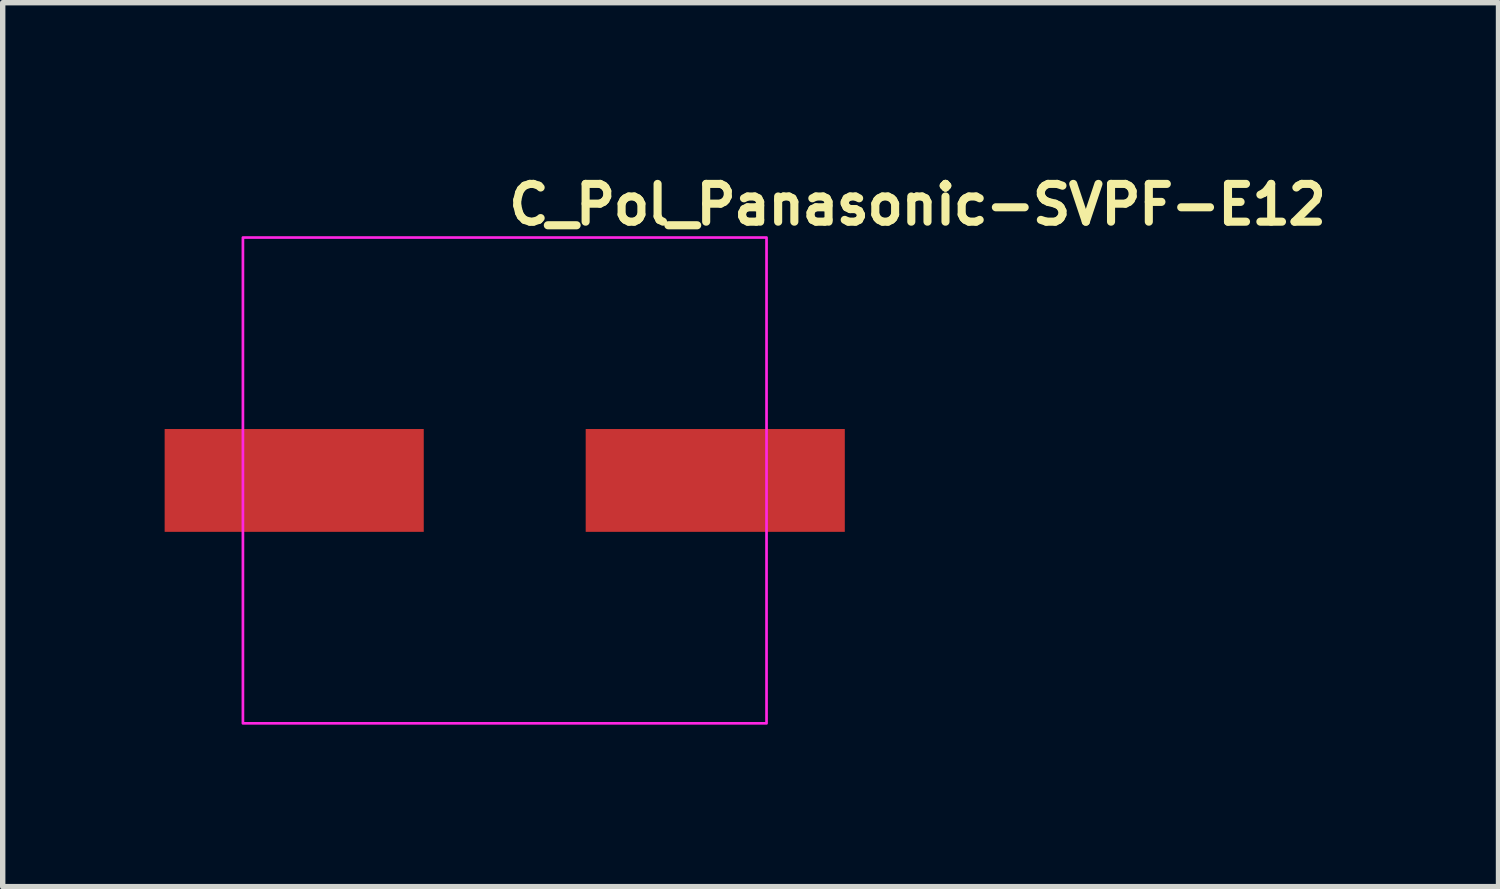
<source format=kicad_pcb>
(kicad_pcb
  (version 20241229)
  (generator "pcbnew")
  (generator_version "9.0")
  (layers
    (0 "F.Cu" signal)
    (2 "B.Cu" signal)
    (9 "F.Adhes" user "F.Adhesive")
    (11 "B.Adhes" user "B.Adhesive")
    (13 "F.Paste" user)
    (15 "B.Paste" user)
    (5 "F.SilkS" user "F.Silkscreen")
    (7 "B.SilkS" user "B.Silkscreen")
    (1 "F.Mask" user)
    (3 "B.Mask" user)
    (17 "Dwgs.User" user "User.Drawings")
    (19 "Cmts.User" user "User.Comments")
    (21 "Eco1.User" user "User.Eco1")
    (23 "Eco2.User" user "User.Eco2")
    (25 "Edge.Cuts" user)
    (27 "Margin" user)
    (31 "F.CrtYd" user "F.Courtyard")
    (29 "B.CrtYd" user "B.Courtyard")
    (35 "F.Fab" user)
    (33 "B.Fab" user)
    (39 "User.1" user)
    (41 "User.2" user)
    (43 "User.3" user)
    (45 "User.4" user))
  (footprint "C_Pol_Panasonic-SVPF-E12"
    (layer "F.Cu")
    (at 6.3 5.85)
    (property "Reference" "C_Pol_Panasonic-SVPF-E12" (at 0 -4.7 0) (unlocked yes) (layer "F.SilkS") (effects (font (size 0.7 0.7) (thickness 0.15)) (justify left bottom)))
    (attr smd)
    (fp_rect (start -4.85 -4.5) (end 4.85 4.5) (stroke (width 0.05) (type solid)) (fill no) (layer "F.CrtYd"))
    (fp_rect (start -4.597 -4.254) (end 4.597 4.254) (stroke (width 0.1) (type solid)) (fill no) (layer "User.5"))
    (fp_line (start -4.597 0.546) (end -4.597 -0.546) (stroke (width 0.02) (type solid)) (layer "User.9"))
    (fp_line (start -4.597 0.546) (end -4.254 0.546) (stroke (width 0.02) (type solid)) (layer "User.9"))
    (fp_line (start -4.254 -2.901) (end -4.254 -1.547) (stroke (width 0.02) (type solid)) (layer "User.9"))
    (fp_line (start -4.254 -1.547) (end -4.254 1.547) (stroke (width 0.02) (type solid)) (layer "User.9"))
    (fp_line (start -4.254 -1.547) (end -3.734 -1.547) (stroke (width 0.02) (type solid)) (layer "User.9"))
    (fp_line (start -4.254 -0.546) (end -4.597 -0.546) (stroke (width 0.02) (type solid)) (layer "User.9"))
    (fp_line (start -4.254 1.547) (end -4.254 2.901) (stroke (width 0.02) (type solid)) (layer "User.9"))
    (fp_line (start -4.254 2.901) (end -2.901 4.254) (stroke (width 0.02) (type solid)) (layer "User.9"))
    (fp_line (start -4.039 0) (end -4.039 0) (stroke (width 0.02) (type solid)) (layer "User.9"))
    (fp_line (start -4.039 0) (end -4.034 0.208) (stroke (width 0.02) (type solid)) (layer "User.9"))
    (fp_line (start -4.034 -0.208) (end -4.039 0) (stroke (width 0.02) (type solid)) (layer "User.9"))
    (fp_line (start -4.034 0.208) (end -4.018 0.413) (stroke (width 0.02) (type solid)) (layer "User.9"))
    (fp_line (start -4.018 -0.413) (end -4.034 -0.208) (stroke (width 0.02) (type solid)) (layer "User.9"))
    (fp_line (start -4.018 0.413) (end -3.993 0.615) (stroke (width 0.02) (type solid)) (layer "User.9"))
    (fp_line (start -3.993 -0.615) (end -4.018 -0.413) (stroke (width 0.02) (type solid)) (layer "User.9"))
    (fp_line (start -3.993 0.615) (end -3.957 0.814) (stroke (width 0.02) (type solid)) (layer "User.9"))
    (fp_line (start -3.957 -0.814) (end -3.993 -0.615) (stroke (width 0.02) (type solid)) (layer "User.9"))
    (fp_line (start -3.957 0.814) (end -3.912 1.009) (stroke (width 0.02) (type solid)) (layer "User.9"))
    (fp_line (start -3.912 -1.01) (end -3.957 -0.814) (stroke (width 0.02) (type solid)) (layer "User.9"))
    (fp_line (start -3.912 1.009) (end -3.858 1.201) (stroke (width 0.02) (type solid)) (layer "User.9"))
    (fp_line (start -3.858 -1.201) (end -3.912 -1.01) (stroke (width 0.02) (type solid)) (layer "User.9"))
    (fp_line (start -3.858 1.201) (end -3.794 1.389) (stroke (width 0.02) (type solid)) (layer "User.9"))
    (fp_line (start -3.794 -1.389) (end -3.858 -1.201) (stroke (width 0.02) (type solid)) (layer "User.9"))
    (fp_line (start -3.794 1.389) (end -3.722 1.572) (stroke (width 0.02) (type solid)) (layer "User.9"))
    (fp_line (start -3.734 1.547) (end -4.254 1.547) (stroke (width 0.02) (type solid)) (layer "User.9"))
    (fp_line (start -3.734 1.547) (end -3.653 1.73) (stroke (width 0.02) (type solid)) (layer "User.9"))
    (fp_line (start -3.722 -1.572) (end -3.794 -1.389) (stroke (width 0.02) (type solid)) (layer "User.9"))
    (fp_line (start -3.722 1.572) (end -3.641 1.751) (stroke (width 0.02) (type solid)) (layer "User.9"))
    (fp_line (start -3.653 -1.73) (end -3.734 -1.547) (stroke (width 0.02) (type solid)) (layer "User.9"))
    (fp_line (start -3.653 1.73) (end -3.563 1.908) (stroke (width 0.02) (type solid)) (layer "User.9"))
    (fp_line (start -3.641 -1.751) (end -3.722 -1.572) (stroke (width 0.02) (type solid)) (layer "User.9"))
    (fp_line (start -3.641 1.751) (end -3.552 1.925) (stroke (width 0.02) (type solid)) (layer "User.9"))
    (fp_line (start -3.563 -1.909) (end -3.653 -1.73) (stroke (width 0.02) (type solid)) (layer "User.9"))
    (fp_line (start -3.563 1.908) (end -3.465 2.081) (stroke (width 0.02) (type solid)) (layer "User.9"))
    (fp_line (start -3.552 -1.925) (end -3.641 -1.751) (stroke (width 0.02) (type solid)) (layer "User.9"))
    (fp_line (start -3.552 1.925) (end -3.454 2.094) (stroke (width 0.02) (type solid)) (layer "User.9"))
    (fp_line (start -3.465 -2.081) (end -3.563 -1.909) (stroke (width 0.02) (type solid)) (layer "User.9"))
    (fp_line (start -3.465 2.081) (end -3.358 2.249) (stroke (width 0.02) (type solid)) (layer "User.9"))
    (fp_line (start -3.454 -2.095) (end -3.552 -1.925) (stroke (width 0.02) (type solid)) (layer "User.9"))
    (fp_line (start -3.454 2.094) (end -3.349 2.258) (stroke (width 0.02) (type solid)) (layer "User.9"))
    (fp_line (start -3.358 -2.249) (end -3.465 -2.081) (stroke (width 0.02) (type solid)) (layer "User.9"))
    (fp_line (start -3.358 2.249) (end -3.244 2.41) (stroke (width 0.02) (type solid)) (layer "User.9"))
    (fp_line (start -3.349 -2.258) (end -3.454 -2.095) (stroke (width 0.02) (type solid)) (layer "User.9"))
    (fp_line (start -3.349 2.258) (end -3.237 2.417) (stroke (width 0.02) (type solid)) (layer "User.9"))
    (fp_line (start -3.244 -2.41) (end -3.358 -2.249) (stroke (width 0.02) (type solid)) (layer "User.9"))
    (fp_line (start -3.244 2.41) (end -3.123 2.566) (stroke (width 0.02) (type solid)) (layer "User.9"))
    (fp_line (start -3.237 -2.417) (end -3.349 -2.258) (stroke (width 0.02) (type solid)) (layer "User.9"))
    (fp_line (start -3.237 2.417) (end -3.117 2.569) (stroke (width 0.02) (type solid)) (layer "User.9"))
    (fp_line (start -3.123 -2.566) (end -3.244 -2.41) (stroke (width 0.02) (type solid)) (layer "User.9"))
    (fp_line (start -3.123 2.566) (end -2.994 2.715) (stroke (width 0.02) (type solid)) (layer "User.9"))
    (fp_line (start -3.117 -2.569) (end -3.237 -2.417) (stroke (width 0.02) (type solid)) (layer "User.9"))
    (fp_line (start -3.117 2.569) (end -2.99 2.716) (stroke (width 0.02) (type solid)) (layer "User.9"))
    (fp_line (start -2.994 -2.715) (end -3.123 -2.566) (stroke (width 0.02) (type solid)) (layer "User.9"))
    (fp_line (start -2.994 2.715) (end -2.858 2.858) (stroke (width 0.02) (type solid)) (layer "User.9"))
    (fp_line (start -2.99 -2.716) (end -3.117 -2.569) (stroke (width 0.02) (type solid)) (layer "User.9"))
    (fp_line (start -2.99 2.716) (end -2.856 2.856) (stroke (width 0.02) (type solid)) (layer "User.9"))
    (fp_line (start -2.901 -4.254) (end -4.254 -2.901) (stroke (width 0.02) (type solid)) (layer "User.9"))
    (fp_line (start -2.901 4.254) (end -1.547 4.254) (stroke (width 0.02) (type solid)) (layer "User.9"))
    (fp_line (start -2.858 -2.858) (end -2.994 -2.715) (stroke (width 0.02) (type solid)) (layer "User.9"))
    (fp_line (start -2.858 2.858) (end -2.715 2.994) (stroke (width 0.02) (type solid)) (layer "User.9"))
    (fp_line (start -2.856 -2.856) (end -2.99 -2.716) (stroke (width 0.02) (type solid)) (layer "User.9"))
    (fp_line (start -2.856 2.856) (end -2.716 2.99) (stroke (width 0.02) (type solid)) (layer "User.9"))
    (fp_line (start -2.716 -2.99) (end -2.856 -2.856) (stroke (width 0.02) (type solid)) (layer "User.9"))
    (fp_line (start -2.716 2.99) (end -2.569 3.117) (stroke (width 0.02) (type solid)) (layer "User.9"))
    (fp_line (start -2.715 -2.994) (end -2.858 -2.858) (stroke (width 0.02) (type solid)) (layer "User.9"))
    (fp_line (start -2.715 2.994) (end -2.566 3.123) (stroke (width 0.02) (type solid)) (layer "User.9"))
    (fp_line (start -2.569 -3.117) (end -2.716 -2.99) (stroke (width 0.02) (type solid)) (layer "User.9"))
    (fp_line (start -2.569 3.117) (end -2.417 3.237) (stroke (width 0.02) (type solid)) (layer "User.9"))
    (fp_line (start -2.566 -3.123) (end -2.715 -2.994) (stroke (width 0.02) (type solid)) (layer "User.9"))
    (fp_line (start -2.566 3.123) (end -2.41 3.244) (stroke (width 0.02) (type solid)) (layer "User.9"))
    (fp_line (start -2.417 -3.237) (end -2.569 -3.117) (stroke (width 0.02) (type solid)) (layer "User.9"))
    (fp_line (start -2.417 3.237) (end -2.258 3.349) (stroke (width 0.02) (type solid)) (layer "User.9"))
    (fp_line (start -2.41 -3.245) (end -2.566 -3.123) (stroke (width 0.02) (type solid)) (layer "User.9"))
    (fp_line (start -2.41 3.244) (end -2.249 3.358) (stroke (width 0.02) (type solid)) (layer "User.9"))
    (fp_line (start -2.258 -3.349) (end -2.417 -3.237) (stroke (width 0.02) (type solid)) (layer "User.9"))
    (fp_line (start -2.258 3.349) (end -2.094 3.454) (stroke (width 0.02) (type solid)) (layer "User.9"))
    (fp_line (start -2.249 -3.359) (end -2.41 -3.245) (stroke (width 0.02) (type solid)) (layer "User.9"))
    (fp_line (start -2.249 3.358) (end -2.081 3.465) (stroke (width 0.02) (type solid)) (layer "User.9"))
    (fp_line (start -2.094 -3.455) (end -2.258 -3.349) (stroke (width 0.02) (type solid)) (layer "User.9"))
    (fp_line (start -2.094 3.454) (end -1.925 3.552) (stroke (width 0.02) (type solid)) (layer "User.9"))
    (fp_line (start -2.081 -3.465) (end -2.249 -3.359) (stroke (width 0.02) (type solid)) (layer "User.9"))
    (fp_line (start -2.081 3.465) (end -1.908 3.563) (stroke (width 0.02) (type solid)) (layer "User.9"))
    (fp_line (start -1.925 -3.552) (end -2.094 -3.455) (stroke (width 0.02) (type solid)) (layer "User.9"))
    (fp_line (start -1.925 3.552) (end -1.751 3.641) (stroke (width 0.02) (type solid)) (layer "User.9"))
    (fp_line (start -1.908 -3.563) (end -2.081 -3.465) (stroke (width 0.02) (type solid)) (layer "User.9"))
    (fp_line (start -1.908 3.563) (end -1.73 3.653) (stroke (width 0.02) (type solid)) (layer "User.9"))
    (fp_line (start -1.751 -3.641) (end -1.925 -3.552) (stroke (width 0.02) (type solid)) (layer "User.9"))
    (fp_line (start -1.751 3.641) (end -1.572 3.722) (stroke (width 0.02) (type solid)) (layer "User.9"))
    (fp_line (start -1.73 -3.653) (end -1.908 -3.563) (stroke (width 0.02) (type solid)) (layer "User.9"))
    (fp_line (start -1.73 3.653) (end -1.547 3.734) (stroke (width 0.02) (type solid)) (layer "User.9"))
    (fp_line (start -1.572 -3.722) (end -1.751 -3.641) (stroke (width 0.02) (type solid)) (layer "User.9"))
    (fp_line (start -1.572 3.722) (end -1.389 3.794) (stroke (width 0.02) (type solid)) (layer "User.9"))
    (fp_line (start -1.547 -4.254) (end -2.901 -4.254) (stroke (width 0.02) (type solid)) (layer "User.9"))
    (fp_line (start -1.547 -3.734) (end -1.73 -3.653) (stroke (width 0.02) (type solid)) (layer "User.9"))
    (fp_line (start -1.547 -3.734) (end -1.547 -4.254) (stroke (width 0.02) (type solid)) (layer "User.9"))
    (fp_line (start -1.547 4.254) (end -1.547 3.734) (stroke (width 0.02) (type solid)) (layer "User.9"))
    (fp_line (start -1.547 4.254) (end 1.547 4.254) (stroke (width 0.02) (type solid)) (layer "User.9"))
    (fp_line (start -1.389 -3.794) (end -1.572 -3.722) (stroke (width 0.02) (type solid)) (layer "User.9"))
    (fp_line (start -1.389 3.794) (end -1.201 3.858) (stroke (width 0.02) (type solid)) (layer "User.9"))
    (fp_line (start -1.201 -3.858) (end -1.389 -3.794) (stroke (width 0.02) (type solid)) (layer "User.9"))
    (fp_line (start -1.201 3.858) (end -1.009 3.912) (stroke (width 0.02) (type solid)) (layer "User.9"))
    (fp_line (start -1.009 -3.912) (end -1.201 -3.858) (stroke (width 0.02) (type solid)) (layer "User.9"))
    (fp_line (start -1.009 3.912) (end -0.814 3.957) (stroke (width 0.02) (type solid)) (layer "User.9"))
    (fp_line (start -0.814 -3.957) (end -1.009 -3.912) (stroke (width 0.02) (type solid)) (layer "User.9"))
    (fp_line (start -0.814 3.957) (end -0.615 3.993) (stroke (width 0.02) (type solid)) (layer "User.9"))
    (fp_line (start -0.615 -3.993) (end -0.814 -3.957) (stroke (width 0.02) (type solid)) (layer "User.9"))
    (fp_line (start -0.615 3.993) (end -0.413 4.018) (stroke (width 0.02) (type solid)) (layer "User.9"))
    (fp_line (start -0.413 -4.018) (end -0.615 -3.993) (stroke (width 0.02) (type solid)) (layer "User.9"))
    (fp_line (start -0.413 4.018) (end -0.208 4.034) (stroke (width 0.02) (type solid)) (layer "User.9"))
    (fp_line (start -0.208 -4.034) (end -0.413 -4.018) (stroke (width 0.02) (type solid)) (layer "User.9"))
    (fp_line (start -0.208 4.034) (end 0 4.039) (stroke (width 0.02) (type solid)) (layer "User.9"))
    (fp_line (start 0 -4.039) (end -0.208 -4.034) (stroke (width 0.02) (type solid)) (layer "User.9"))
    (fp_line (start 0 -4.039) (end 0 -4.039) (stroke (width 0.02) (type solid)) (layer "User.9"))
    (fp_line (start 0 4.039) (end 0 4.039) (stroke (width 0.02) (type solid)) (layer "User.9"))
    (fp_line (start 0 4.039) (end 0.208 4.034) (stroke (width 0.02) (type solid)) (layer "User.9"))
    (fp_line (start 0.208 -4.034) (end 0 -4.039) (stroke (width 0.02) (type solid)) (layer "User.9"))
    (fp_line (start 0.208 4.034) (end 0.413 4.018) (stroke (width 0.02) (type solid)) (layer "User.9"))
    (fp_line (start 0.413 -4.018) (end 0.208 -4.034) (stroke (width 0.02) (type solid)) (layer "User.9"))
    (fp_line (start 0.413 4.018) (end 0.615 3.993) (stroke (width 0.02) (type solid)) (layer "User.9"))
    (fp_line (start 0.615 -3.993) (end 0.413 -4.018) (stroke (width 0.02) (type solid)) (layer "User.9"))
    (fp_line (start 0.615 3.993) (end 0.814 3.957) (stroke (width 0.02) (type solid)) (layer "User.9"))
    (fp_line (start 0.814 -3.957) (end 0.615 -3.993) (stroke (width 0.02) (type solid)) (layer "User.9"))
    (fp_line (start 0.814 3.957) (end 1.01 3.912) (stroke (width 0.02) (type solid)) (layer "User.9"))
    (fp_line (start 1.01 -3.912) (end 0.814 -3.957) (stroke (width 0.02) (type solid)) (layer "User.9"))
    (fp_line (start 1.01 3.912) (end 1.201 3.858) (stroke (width 0.02) (type solid)) (layer "User.9"))
    (fp_line (start 1.201 -3.858) (end 1.01 -3.912) (stroke (width 0.02) (type solid)) (layer "User.9"))
    (fp_line (start 1.201 3.858) (end 1.389 3.794) (stroke (width 0.02) (type solid)) (layer "User.9"))
    (fp_line (start 1.389 -3.794) (end 1.201 -3.858) (stroke (width 0.02) (type solid)) (layer "User.9"))
    (fp_line (start 1.389 3.794) (end 1.572 3.722) (stroke (width 0.02) (type solid)) (layer "User.9"))
    (fp_line (start 1.547 -4.254) (end -1.547 -4.254) (stroke (width 0.02) (type solid)) (layer "User.9"))
    (fp_line (start 1.547 -4.254) (end 1.547 -3.734) (stroke (width 0.02) (type solid)) (layer "User.9"))
    (fp_line (start 1.547 3.734) (end 1.547 4.254) (stroke (width 0.02) (type solid)) (layer "User.9"))
    (fp_line (start 1.547 3.734) (end 1.73 3.653) (stroke (width 0.02) (type solid)) (layer "User.9"))
    (fp_line (start 1.547 4.254) (end 4.254 4.254) (stroke (width 0.02) (type solid)) (layer "User.9"))
    (fp_line (start 1.572 -3.722) (end 1.389 -3.794) (stroke (width 0.02) (type solid)) (layer "User.9"))
    (fp_line (start 1.572 3.722) (end 1.751 3.641) (stroke (width 0.02) (type solid)) (layer "User.9"))
    (fp_line (start 1.73 -3.653) (end 1.547 -3.734) (stroke (width 0.02) (type solid)) (layer "User.9"))
    (fp_line (start 1.73 3.653) (end 1.909 3.563) (stroke (width 0.02) (type solid)) (layer "User.9"))
    (fp_line (start 1.751 -3.641) (end 1.572 -3.722) (stroke (width 0.02) (type solid)) (layer "User.9"))
    (fp_line (start 1.751 3.641) (end 1.925 3.552) (stroke (width 0.02) (type solid)) (layer "User.9"))
    (fp_line (start 1.909 -3.563) (end 1.73 -3.653) (stroke (width 0.02) (type solid)) (layer "User.9"))
    (fp_line (start 1.909 3.563) (end 2.081 3.465) (stroke (width 0.02) (type solid)) (layer "User.9"))
    (fp_line (start 1.925 -3.552) (end 1.751 -3.641) (stroke (width 0.02) (type solid)) (layer "User.9"))
    (fp_line (start 1.925 3.552) (end 2.095 3.454) (stroke (width 0.02) (type solid)) (layer "User.9"))
    (fp_line (start 2.081 -3.465) (end 1.909 -3.563) (stroke (width 0.02) (type solid)) (layer "User.9"))
    (fp_line (start 2.081 3.465) (end 2.249 3.358) (stroke (width 0.02) (type solid)) (layer "User.9"))
    (fp_line (start 2.095 -3.455) (end 1.925 -3.552) (stroke (width 0.02) (type solid)) (layer "User.9"))
    (fp_line (start 2.095 3.454) (end 2.258 3.349) (stroke (width 0.02) (type solid)) (layer "User.9"))
    (fp_line (start 2.249 -3.359) (end 2.081 -3.465) (stroke (width 0.02) (type solid)) (layer "User.9"))
    (fp_line (start 2.249 3.358) (end 2.41 3.244) (stroke (width 0.02) (type solid)) (layer "User.9"))
    (fp_line (start 2.258 -3.349) (end 2.095 -3.455) (stroke (width 0.02) (type solid)) (layer "User.9"))
    (fp_line (start 2.258 3.349) (end 2.417 3.237) (stroke (width 0.02) (type solid)) (layer "User.9"))
    (fp_line (start 2.41 -3.245) (end 2.249 -3.359) (stroke (width 0.02) (type solid)) (layer "User.9"))
    (fp_line (start 2.41 3.244) (end 2.566 3.123) (stroke (width 0.02) (type solid)) (layer "User.9"))
    (fp_line (start 2.417 -3.237) (end 2.258 -3.349) (stroke (width 0.02) (type solid)) (layer "User.9"))
    (fp_line (start 2.417 3.237) (end 2.569 3.117) (stroke (width 0.02) (type solid)) (layer "User.9"))
    (fp_line (start 2.566 -3.123) (end 2.41 -3.245) (stroke (width 0.02) (type solid)) (layer "User.9"))
    (fp_line (start 2.566 3.123) (end 2.715 2.994) (stroke (width 0.02) (type solid)) (layer "User.9"))
    (fp_line (start 2.569 -3.117) (end 2.417 -3.237) (stroke (width 0.02) (type solid)) (layer "User.9"))
    (fp_line (start 2.569 3.117) (end 2.716 2.99) (stroke (width 0.02) (type solid)) (layer "User.9"))
    (fp_line (start 2.715 -2.994) (end 2.566 -3.123) (stroke (width 0.02) (type solid)) (layer "User.9"))
    (fp_line (start 2.715 2.994) (end 2.858 2.858) (stroke (width 0.02) (type solid)) (layer "User.9"))
    (fp_line (start 2.716 -2.99) (end 2.569 -3.117) (stroke (width 0.02) (type solid)) (layer "User.9"))
    (fp_line (start 2.716 2.99) (end 2.856 2.856) (stroke (width 0.02) (type solid)) (layer "User.9"))
    (fp_line (start 2.856 -2.856) (end 2.716 -2.99) (stroke (width 0.02) (type solid)) (layer "User.9"))
    (fp_line (start 2.856 2.856) (end 2.99 2.716) (stroke (width 0.02) (type solid)) (layer "User.9"))
    (fp_line (start 2.858 -2.858) (end 2.715 -2.994) (stroke (width 0.02) (type solid)) (layer "User.9"))
    (fp_line (start 2.858 2.858) (end 2.994 2.715) (stroke (width 0.02) (type solid)) (layer "User.9"))
    (fp_line (start 2.99 -2.716) (end 2.856 -2.856) (stroke (width 0.02) (type solid)) (layer "User.9"))
    (fp_line (start 2.99 2.716) (end 3.117 2.569) (stroke (width 0.02) (type solid)) (layer "User.9"))
    (fp_line (start 2.994 -2.715) (end 2.858 -2.858) (stroke (width 0.02) (type solid)) (layer "User.9"))
    (fp_line (start 2.994 2.715) (end 3.123 2.566) (stroke (width 0.02) (type solid)) (layer "User.9"))
    (fp_line (start 3.117 -2.569) (end 2.99 -2.716) (stroke (width 0.02) (type solid)) (layer "User.9"))
    (fp_line (start 3.117 2.569) (end 3.237 2.417) (stroke (width 0.02) (type solid)) (layer "User.9"))
    (fp_line (start 3.123 -2.566) (end 2.994 -2.715) (stroke (width 0.02) (type solid)) (layer "User.9"))
    (fp_line (start 3.123 2.566) (end 3.244 2.41) (stroke (width 0.02) (type solid)) (layer "User.9"))
    (fp_line (start 3.237 -2.417) (end 3.117 -2.569) (stroke (width 0.02) (type solid)) (layer "User.9"))
    (fp_line (start 3.237 2.417) (end 3.349 2.258) (stroke (width 0.02) (type solid)) (layer "User.9"))
    (fp_line (start 3.244 -2.41) (end 3.123 -2.566) (stroke (width 0.02) (type solid)) (layer "User.9"))
    (fp_line (start 3.244 2.41) (end 3.359 2.249) (stroke (width 0.02) (type solid)) (layer "User.9"))
    (fp_line (start 3.349 -2.258) (end 3.237 -2.417) (stroke (width 0.02) (type solid)) (layer "User.9"))
    (fp_line (start 3.349 2.258) (end 3.455 2.094) (stroke (width 0.02) (type solid)) (layer "User.9"))
    (fp_line (start 3.359 -2.249) (end 3.244 -2.41) (stroke (width 0.02) (type solid)) (layer "User.9"))
    (fp_line (start 3.359 2.249) (end 3.465 2.081) (stroke (width 0.02) (type solid)) (layer "User.9"))
    (fp_line (start 3.455 -2.095) (end 3.349 -2.258) (stroke (width 0.02) (type solid)) (layer "User.9"))
    (fp_line (start 3.455 2.094) (end 3.552 1.925) (stroke (width 0.02) (type solid)) (layer "User.9"))
    (fp_line (start 3.465 -2.081) (end 3.359 -2.249) (stroke (width 0.02) (type solid)) (layer "User.9"))
    (fp_line (start 3.465 2.081) (end 3.563 1.908) (stroke (width 0.02) (type solid)) (layer "User.9"))
    (fp_line (start 3.552 -1.925) (end 3.455 -2.095) (stroke (width 0.02) (type solid)) (layer "User.9"))
    (fp_line (start 3.552 1.925) (end 3.641 1.751) (stroke (width 0.02) (type solid)) (layer "User.9"))
    (fp_line (start 3.563 -1.909) (end 3.465 -2.081) (stroke (width 0.02) (type solid)) (layer "User.9"))
    (fp_line (start 3.563 1.908) (end 3.653 1.73) (stroke (width 0.02) (type solid)) (layer "User.9"))
    (fp_line (start 3.641 -1.751) (end 3.552 -1.925) (stroke (width 0.02) (type solid)) (layer "User.9"))
    (fp_line (start 3.641 1.751) (end 3.722 1.572) (stroke (width 0.02) (type solid)) (layer "User.9"))
    (fp_line (start 3.653 -1.73) (end 3.563 -1.909) (stroke (width 0.02) (type solid)) (layer "User.9"))
    (fp_line (start 3.653 1.73) (end 3.734 1.547) (stroke (width 0.02) (type solid)) (layer "User.9"))
    (fp_line (start 3.722 -1.572) (end 3.641 -1.751) (stroke (width 0.02) (type solid)) (layer "User.9"))
    (fp_line (start 3.722 1.572) (end 3.794 1.389) (stroke (width 0.02) (type solid)) (layer "User.9"))
    (fp_line (start 3.734 -1.547) (end 3.653 -1.73) (stroke (width 0.02) (type solid)) (layer "User.9"))
    (fp_line (start 3.734 -1.547) (end 4.254 -1.547) (stroke (width 0.02) (type solid)) (layer "User.9"))
    (fp_line (start 3.794 -1.389) (end 3.722 -1.572) (stroke (width 0.02) (type solid)) (layer "User.9"))
    (fp_line (start 3.794 1.389) (end 3.858 1.201) (stroke (width 0.02) (type solid)) (layer "User.9"))
    (fp_line (start 3.858 -1.201) (end 3.794 -1.389) (stroke (width 0.02) (type solid)) (layer "User.9"))
    (fp_line (start 3.858 1.201) (end 3.912 1.009) (stroke (width 0.02) (type solid)) (layer "User.9"))
    (fp_line (start 3.912 -1.01) (end 3.858 -1.201) (stroke (width 0.02) (type solid)) (layer "User.9"))
    (fp_line (start 3.912 1.009) (end 3.957 0.814) (stroke (width 0.02) (type solid)) (layer "User.9"))
    (fp_line (start 3.957 -0.814) (end 3.912 -1.01) (stroke (width 0.02) (type solid)) (layer "User.9"))
    (fp_line (start 3.957 0.814) (end 3.993 0.615) (stroke (width 0.02) (type solid)) (layer "User.9"))
    (fp_line (start 3.993 -0.615) (end 3.957 -0.814) (stroke (width 0.02) (type solid)) (layer "User.9"))
    (fp_line (start 3.993 0.615) (end 4.018 0.413) (stroke (width 0.02) (type solid)) (layer "User.9"))
    (fp_line (start 4.018 -0.413) (end 3.993 -0.615) (stroke (width 0.02) (type solid)) (layer "User.9"))
    (fp_line (start 4.018 0.413) (end 4.034 0.208) (stroke (width 0.02) (type solid)) (layer "User.9"))
    (fp_line (start 4.034 -0.208) (end 4.018 -0.413) (stroke (width 0.02) (type solid)) (layer "User.9"))
    (fp_line (start 4.034 0.208) (end 4.039 0) (stroke (width 0.02) (type solid)) (layer "User.9"))
    (fp_line (start 4.039 0) (end 4.034 -0.208) (stroke (width 0.02) (type solid)) (layer "User.9"))
    (fp_line (start 4.039 0) (end 4.039 0) (stroke (width 0.02) (type solid)) (layer "User.9"))
    (fp_line (start 4.039 0) (end 4.039 0) (stroke (width 0.02) (type solid)) (layer "User.9"))
    (fp_line (start 4.254 -4.254) (end 1.547 -4.254) (stroke (width 0.02) (type solid)) (layer "User.9"))
    (fp_line (start 4.254 -1.547) (end 4.254 -4.254) (stroke (width 0.02) (type solid)) (layer "User.9"))
    (fp_line (start 4.254 0.546) (end 4.597 0.546) (stroke (width 0.02) (type solid)) (layer "User.9"))
    (fp_line (start 4.254 1.547) (end 3.734 1.547) (stroke (width 0.02) (type solid)) (layer "User.9"))
    (fp_line (start 4.254 1.547) (end 4.254 -1.547) (stroke (width 0.02) (type solid)) (layer "User.9"))
    (fp_line (start 4.254 4.254) (end 4.254 1.547) (stroke (width 0.02) (type solid)) (layer "User.9"))
    (fp_line (start 4.597 -0.546) (end 4.254 -0.546) (stroke (width 0.02) (type solid)) (layer "User.9"))
    (fp_line (start 4.597 -0.546) (end 4.597 0.546) (stroke (width 0.02) (type solid)) (layer "User.9"))
    (pad "1" smd rect (at -3.9 0) (size 4.8 1.905) (layers "F.Cu" "F.Mask" "F.Paste"))
    (pad "2" smd rect (at 3.9 0) (size 4.8 1.905) (layers "F.Cu" "F.Mask" "F.Paste")))
  (gr_rect
    (start -3 -3)
    (end 24.71 13.375)
    (stroke (width 0.1) (type default))
    (fill no)
    (layer "Edge.Cuts")))
</source>
